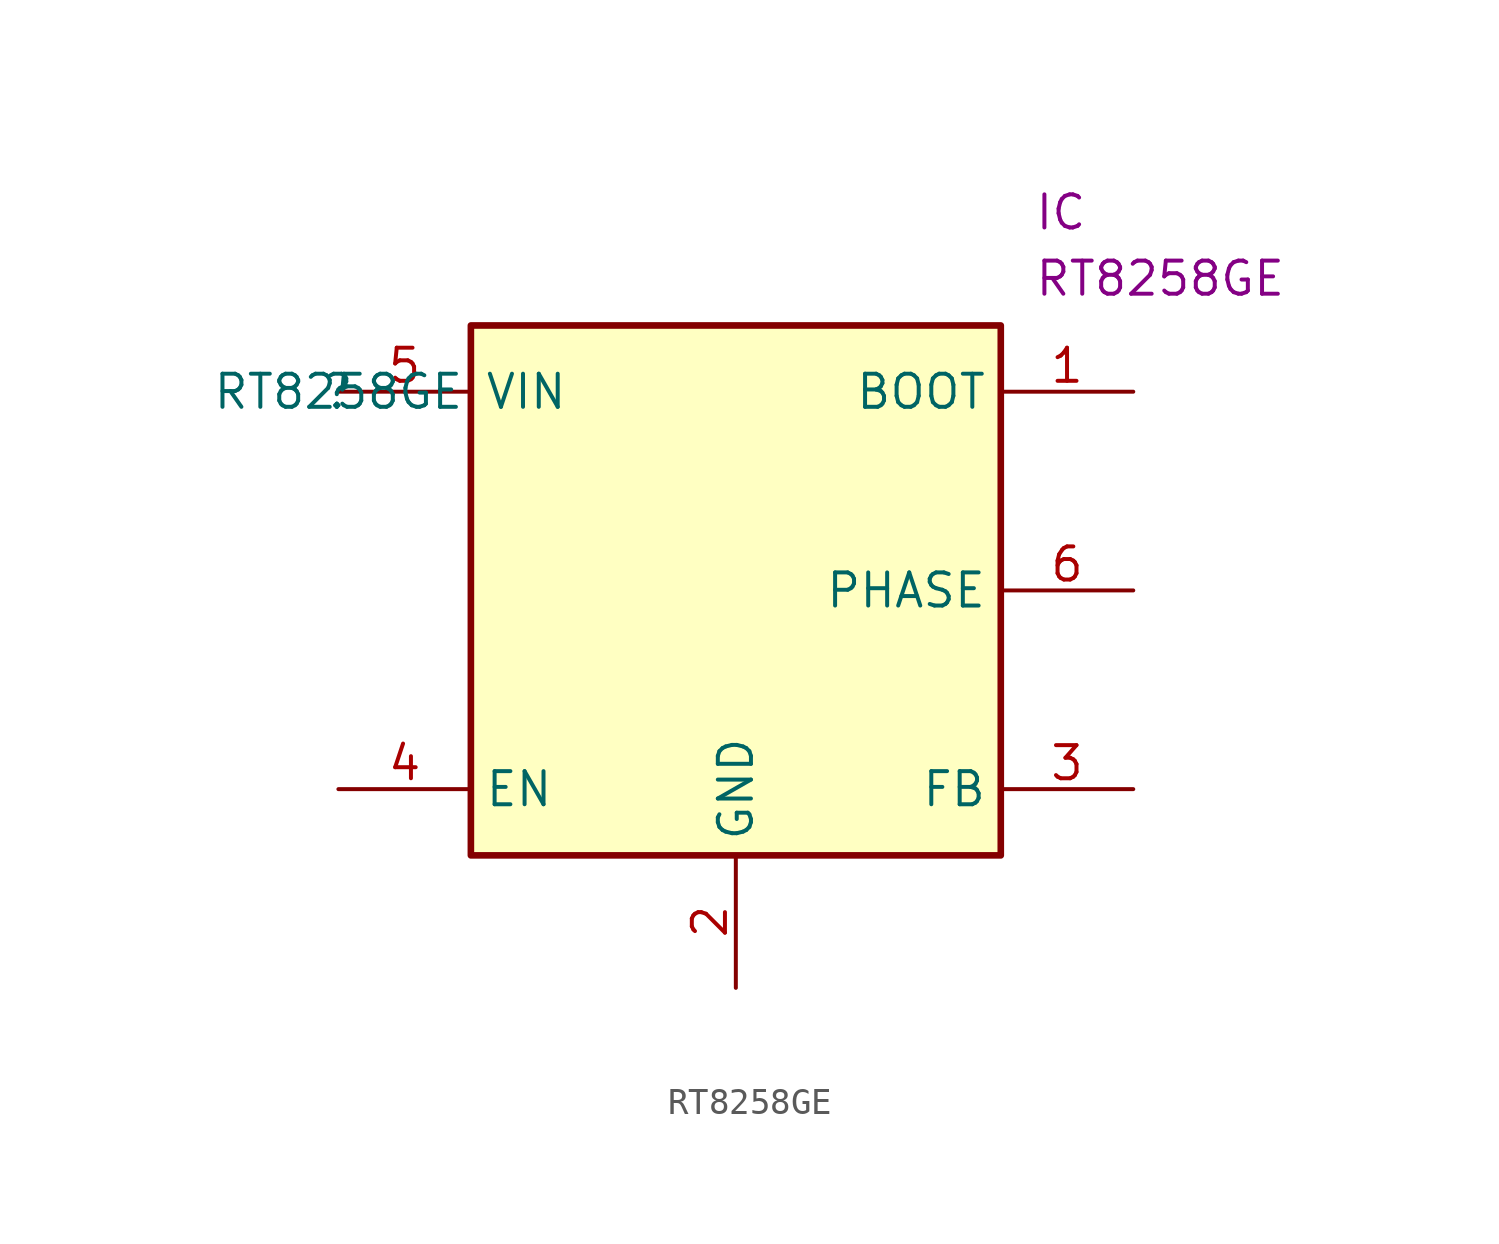
<source format=kicad_sym>
(kicad_symbol_lib
  (version 20211014)
  (generator kicad_symbol_editor)
  (symbol "RT8258GE"
    (property "Reference" ""
      (at 0 0 0)
      (effects (font (size 1.27 1.27))))
    (property "Value" "RT8258GE"
      (at 0 0 0)
      (effects (font (size 1.27 1.27))))
    (property "Reference_1" "IC"
      (at 26.67 7.62 0)
      (effects (font (size 1.27 1.27)) (justify left top)))
    (property "Value_1" "RT8258GE"
      (at 26.67 5.08 0)
      (effects (font (size 1.27 1.27)) (justify left top)))
    (symbol "RT8258GE_1_1"
      (rectangle (start 5.08 2.54) (end 25.4 -17.78) (stroke (width 0.254) (type default) (color 0 0 0 0)) (fill (type background)))
      (pin passive line (at 30.48 0 180) (length 5.08) (name "BOOT" (effects (font (size 1.27 1.27)))) (number "1" (effects (font (size 1.27 1.27)))))
      (pin passive line (at 15.24 -22.86 90) (length 5.08) (name "GND" (effects (font (size 1.27 1.27)))) (number "2" (effects (font (size 1.27 1.27)))))
      (pin passive line (at 30.48 -15.24 180) (length 5.08) (name "FB" (effects (font (size 1.27 1.27)))) (number "3" (effects (font (size 1.27 1.27)))))
      (pin passive line (at 0 -15.24 0) (length 5.08) (name "EN" (effects (font (size 1.27 1.27)))) (number "4" (effects (font (size 1.27 1.27)))))
      (pin passive line (at 0 0 0) (length 5.08) (name "VIN" (effects (font (size 1.27 1.27)))) (number "5" (effects (font (size 1.27 1.27)))))
      (pin passive line (at 30.48 -7.62 180) (length 5.08) (name "PHASE" (effects (font (size 1.27 1.27)))) (number "6" (effects (font (size 1.27 1.27))))))))
</source>
